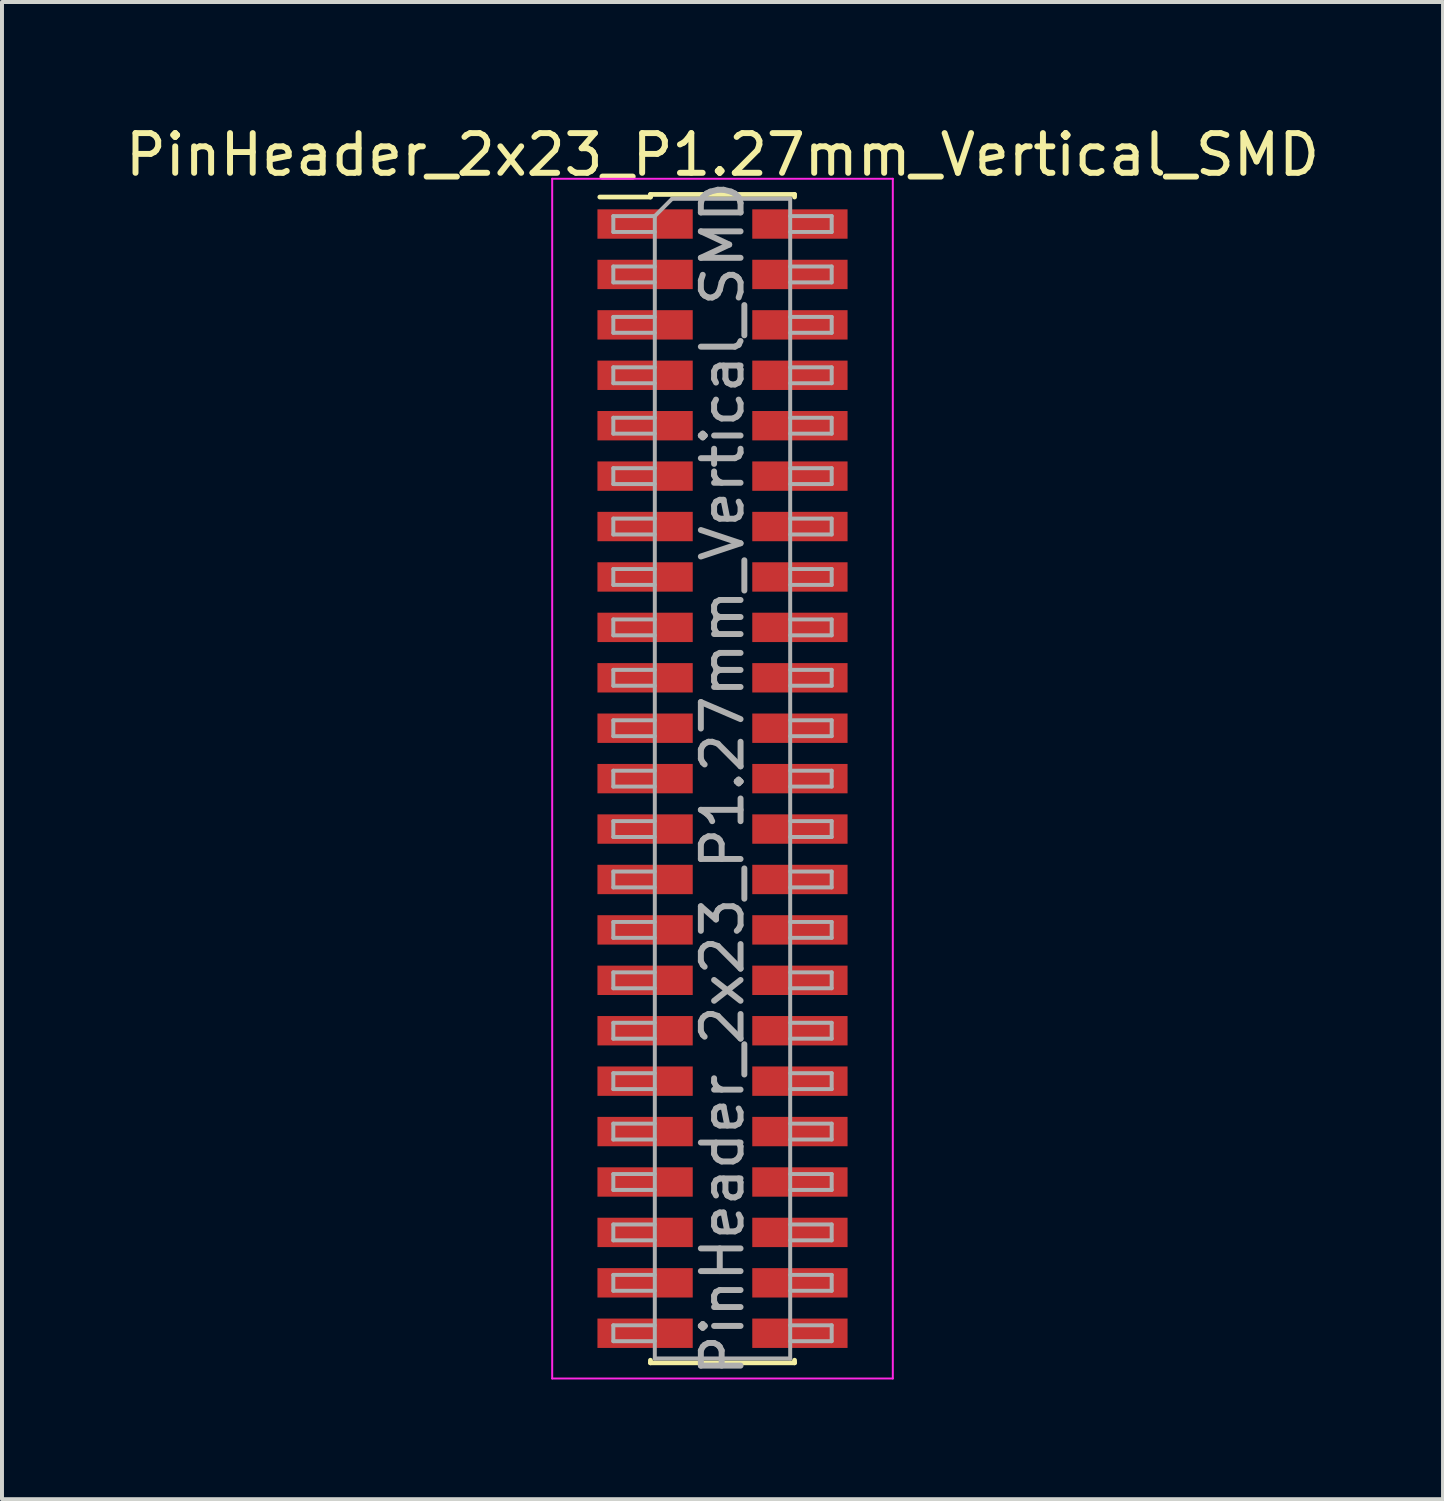
<source format=kicad_pcb>
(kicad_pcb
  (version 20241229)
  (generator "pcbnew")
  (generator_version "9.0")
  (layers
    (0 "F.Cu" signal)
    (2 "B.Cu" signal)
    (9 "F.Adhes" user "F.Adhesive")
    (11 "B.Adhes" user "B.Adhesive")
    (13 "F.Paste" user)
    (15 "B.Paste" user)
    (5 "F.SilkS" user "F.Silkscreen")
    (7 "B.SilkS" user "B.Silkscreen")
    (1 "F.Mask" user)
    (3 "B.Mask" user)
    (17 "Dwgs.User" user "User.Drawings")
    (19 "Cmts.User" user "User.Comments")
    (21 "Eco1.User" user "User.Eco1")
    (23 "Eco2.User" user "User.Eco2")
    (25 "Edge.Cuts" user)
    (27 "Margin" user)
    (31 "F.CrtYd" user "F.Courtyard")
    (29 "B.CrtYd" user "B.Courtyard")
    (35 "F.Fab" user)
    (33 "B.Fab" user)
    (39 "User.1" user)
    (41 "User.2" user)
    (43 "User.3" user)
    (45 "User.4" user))
  (footprint "PinHeader_2x23_P1.27mm_Vertical_SMD"
    (layer "F.Cu")
    (at 15.149 16.563)
    (property "Reference" "PinHeader_2x23_P1.27mm_Vertical_SMD" (at 0 -15.715 0) (layer "F.SilkS") (effects (font (size 1 1) (thickness 0.15))))
    (attr smd)
    (fp_line (start -3.09 -14.65) (end -1.815 -14.65) (stroke (width 0.12) (type solid)) (layer "F.SilkS"))
    (fp_line (start -1.815 -14.715) (end -1.815 -14.65) (stroke (width 0.12) (type solid)) (layer "F.SilkS"))
    (fp_line (start -1.815 -14.715) (end 1.815 -14.715) (stroke (width 0.12) (type solid)) (layer "F.SilkS"))
    (fp_line (start -1.815 14.65) (end -1.815 14.715) (stroke (width 0.12) (type solid)) (layer "F.SilkS"))
    (fp_line (start -1.815 14.715) (end 1.815 14.715) (stroke (width 0.12) (type solid)) (layer "F.SilkS"))
    (fp_line (start 1.815 -14.715) (end 1.815 -14.65) (stroke (width 0.12) (type solid)) (layer "F.SilkS"))
    (fp_line (start 1.815 14.65) (end 1.815 14.715) (stroke (width 0.12) (type solid)) (layer "F.SilkS"))
    (fp_line (start -4.29 -15.11) (end -4.29 15.11) (stroke (width 0.05) (type solid)) (layer "F.CrtYd"))
    (fp_line (start -4.29 15.11) (end 4.29 15.11) (stroke (width 0.05) (type solid)) (layer "F.CrtYd"))
    (fp_line (start 4.29 -15.11) (end -4.29 -15.11) (stroke (width 0.05) (type solid)) (layer "F.CrtYd"))
    (fp_line (start 4.29 15.11) (end 4.29 -15.11) (stroke (width 0.05) (type solid)) (layer "F.CrtYd"))
    (fp_line (start -2.75 -14.17) (end -2.75 -13.77) (stroke (width 0.1) (type solid)) (layer "F.Fab"))
    (fp_line (start -2.75 -13.77) (end -1.705 -13.77) (stroke (width 0.1) (type solid)) (layer "F.Fab"))
    (fp_line (start -2.75 -12.9) (end -2.75 -12.5) (stroke (width 0.1) (type solid)) (layer "F.Fab"))
    (fp_line (start -2.75 -12.5) (end -1.705 -12.5) (stroke (width 0.1) (type solid)) (layer "F.Fab"))
    (fp_line (start -2.75 -11.63) (end -2.75 -11.23) (stroke (width 0.1) (type solid)) (layer "F.Fab"))
    (fp_line (start -2.75 -11.23) (end -1.705 -11.23) (stroke (width 0.1) (type solid)) (layer "F.Fab"))
    (fp_line (start -2.75 -10.36) (end -2.75 -9.96) (stroke (width 0.1) (type solid)) (layer "F.Fab"))
    (fp_line (start -2.75 -9.96) (end -1.705 -9.96) (stroke (width 0.1) (type solid)) (layer "F.Fab"))
    (fp_line (start -2.75 -9.09) (end -2.75 -8.69) (stroke (width 0.1) (type solid)) (layer "F.Fab"))
    (fp_line (start -2.75 -8.69) (end -1.705 -8.69) (stroke (width 0.1) (type solid)) (layer "F.Fab"))
    (fp_line (start -2.75 -7.82) (end -2.75 -7.42) (stroke (width 0.1) (type solid)) (layer "F.Fab"))
    (fp_line (start -2.75 -7.42) (end -1.705 -7.42) (stroke (width 0.1) (type solid)) (layer "F.Fab"))
    (fp_line (start -2.75 -6.55) (end -2.75 -6.15) (stroke (width 0.1) (type solid)) (layer "F.Fab"))
    (fp_line (start -2.75 -6.15) (end -1.705 -6.15) (stroke (width 0.1) (type solid)) (layer "F.Fab"))
    (fp_line (start -2.75 -5.28) (end -2.75 -4.88) (stroke (width 0.1) (type solid)) (layer "F.Fab"))
    (fp_line (start -2.75 -4.88) (end -1.705 -4.88) (stroke (width 0.1) (type solid)) (layer "F.Fab"))
    (fp_line (start -2.75 -4.01) (end -2.75 -3.61) (stroke (width 0.1) (type solid)) (layer "F.Fab"))
    (fp_line (start -2.75 -3.61) (end -1.705 -3.61) (stroke (width 0.1) (type solid)) (layer "F.Fab"))
    (fp_line (start -2.75 -2.74) (end -2.75 -2.34) (stroke (width 0.1) (type solid)) (layer "F.Fab"))
    (fp_line (start -2.75 -2.34) (end -1.705 -2.34) (stroke (width 0.1) (type solid)) (layer "F.Fab"))
    (fp_line (start -2.75 -1.47) (end -2.75 -1.07) (stroke (width 0.1) (type solid)) (layer "F.Fab"))
    (fp_line (start -2.75 -1.07) (end -1.705 -1.07) (stroke (width 0.1) (type solid)) (layer "F.Fab"))
    (fp_line (start -2.75 -0.2) (end -2.75 0.2) (stroke (width 0.1) (type solid)) (layer "F.Fab"))
    (fp_line (start -2.75 0.2) (end -1.705 0.2) (stroke (width 0.1) (type solid)) (layer "F.Fab"))
    (fp_line (start -2.75 1.07) (end -2.75 1.47) (stroke (width 0.1) (type solid)) (layer "F.Fab"))
    (fp_line (start -2.75 1.47) (end -1.705 1.47) (stroke (width 0.1) (type solid)) (layer "F.Fab"))
    (fp_line (start -2.75 2.34) (end -2.75 2.74) (stroke (width 0.1) (type solid)) (layer "F.Fab"))
    (fp_line (start -2.75 2.74) (end -1.705 2.74) (stroke (width 0.1) (type solid)) (layer "F.Fab"))
    (fp_line (start -2.75 3.61) (end -2.75 4.01) (stroke (width 0.1) (type solid)) (layer "F.Fab"))
    (fp_line (start -2.75 4.01) (end -1.705 4.01) (stroke (width 0.1) (type solid)) (layer "F.Fab"))
    (fp_line (start -2.75 4.88) (end -2.75 5.28) (stroke (width 0.1) (type solid)) (layer "F.Fab"))
    (fp_line (start -2.75 5.28) (end -1.705 5.28) (stroke (width 0.1) (type solid)) (layer "F.Fab"))
    (fp_line (start -2.75 6.15) (end -2.75 6.55) (stroke (width 0.1) (type solid)) (layer "F.Fab"))
    (fp_line (start -2.75 6.55) (end -1.705 6.55) (stroke (width 0.1) (type solid)) (layer "F.Fab"))
    (fp_line (start -2.75 7.42) (end -2.75 7.82) (stroke (width 0.1) (type solid)) (layer "F.Fab"))
    (fp_line (start -2.75 7.82) (end -1.705 7.82) (stroke (width 0.1) (type solid)) (layer "F.Fab"))
    (fp_line (start -2.75 8.69) (end -2.75 9.09) (stroke (width 0.1) (type solid)) (layer "F.Fab"))
    (fp_line (start -2.75 9.09) (end -1.705 9.09) (stroke (width 0.1) (type solid)) (layer "F.Fab"))
    (fp_line (start -2.75 9.96) (end -2.75 10.36) (stroke (width 0.1) (type solid)) (layer "F.Fab"))
    (fp_line (start -2.75 10.36) (end -1.705 10.36) (stroke (width 0.1) (type solid)) (layer "F.Fab"))
    (fp_line (start -2.75 11.23) (end -2.75 11.63) (stroke (width 0.1) (type solid)) (layer "F.Fab"))
    (fp_line (start -2.75 11.63) (end -1.705 11.63) (stroke (width 0.1) (type solid)) (layer "F.Fab"))
    (fp_line (start -2.75 12.5) (end -2.75 12.9) (stroke (width 0.1) (type solid)) (layer "F.Fab"))
    (fp_line (start -2.75 12.9) (end -1.705 12.9) (stroke (width 0.1) (type solid)) (layer "F.Fab"))
    (fp_line (start -2.75 13.77) (end -2.75 14.17) (stroke (width 0.1) (type solid)) (layer "F.Fab"))
    (fp_line (start -2.75 14.17) (end -1.705 14.17) (stroke (width 0.1) (type solid)) (layer "F.Fab"))
    (fp_line (start -1.705 -14.17) (end -2.75 -14.17) (stroke (width 0.1) (type solid)) (layer "F.Fab"))
    (fp_line (start -1.705 -14.17) (end -1.27 -14.605) (stroke (width 0.1) (type solid)) (layer "F.Fab"))
    (fp_line (start -1.705 -12.9) (end -2.75 -12.9) (stroke (width 0.1) (type solid)) (layer "F.Fab"))
    (fp_line (start -1.705 -11.63) (end -2.75 -11.63) (stroke (width 0.1) (type solid)) (layer "F.Fab"))
    (fp_line (start -1.705 -10.36) (end -2.75 -10.36) (stroke (width 0.1) (type solid)) (layer "F.Fab"))
    (fp_line (start -1.705 -9.09) (end -2.75 -9.09) (stroke (width 0.1) (type solid)) (layer "F.Fab"))
    (fp_line (start -1.705 -7.82) (end -2.75 -7.82) (stroke (width 0.1) (type solid)) (layer "F.Fab"))
    (fp_line (start -1.705 -6.55) (end -2.75 -6.55) (stroke (width 0.1) (type solid)) (layer "F.Fab"))
    (fp_line (start -1.705 -5.28) (end -2.75 -5.28) (stroke (width 0.1) (type solid)) (layer "F.Fab"))
    (fp_line (start -1.705 -4.01) (end -2.75 -4.01) (stroke (width 0.1) (type solid)) (layer "F.Fab"))
    (fp_line (start -1.705 -2.74) (end -2.75 -2.74) (stroke (width 0.1) (type solid)) (layer "F.Fab"))
    (fp_line (start -1.705 -1.47) (end -2.75 -1.47) (stroke (width 0.1) (type solid)) (layer "F.Fab"))
    (fp_line (start -1.705 -0.2) (end -2.75 -0.2) (stroke (width 0.1) (type solid)) (layer "F.Fab"))
    (fp_line (start -1.705 1.07) (end -2.75 1.07) (stroke (width 0.1) (type solid)) (layer "F.Fab"))
    (fp_line (start -1.705 2.34) (end -2.75 2.34) (stroke (width 0.1) (type solid)) (layer "F.Fab"))
    (fp_line (start -1.705 3.61) (end -2.75 3.61) (stroke (width 0.1) (type solid)) (layer "F.Fab"))
    (fp_line (start -1.705 4.88) (end -2.75 4.88) (stroke (width 0.1) (type solid)) (layer "F.Fab"))
    (fp_line (start -1.705 6.15) (end -2.75 6.15) (stroke (width 0.1) (type solid)) (layer "F.Fab"))
    (fp_line (start -1.705 7.42) (end -2.75 7.42) (stroke (width 0.1) (type solid)) (layer "F.Fab"))
    (fp_line (start -1.705 8.69) (end -2.75 8.69) (stroke (width 0.1) (type solid)) (layer "F.Fab"))
    (fp_line (start -1.705 9.96) (end -2.75 9.96) (stroke (width 0.1) (type solid)) (layer "F.Fab"))
    (fp_line (start -1.705 11.23) (end -2.75 11.23) (stroke (width 0.1) (type solid)) (layer "F.Fab"))
    (fp_line (start -1.705 12.5) (end -2.75 12.5) (stroke (width 0.1) (type solid)) (layer "F.Fab"))
    (fp_line (start -1.705 13.77) (end -2.75 13.77) (stroke (width 0.1) (type solid)) (layer "F.Fab"))
    (fp_line (start -1.705 14.605) (end -1.705 -14.17) (stroke (width 0.1) (type solid)) (layer "F.Fab"))
    (fp_line (start -1.27 -14.605) (end 1.705 -14.605) (stroke (width 0.1) (type solid)) (layer "F.Fab"))
    (fp_line (start 1.705 -14.605) (end 1.705 14.605) (stroke (width 0.1) (type solid)) (layer "F.Fab"))
    (fp_line (start 1.705 -14.17) (end 2.75 -14.17) (stroke (width 0.1) (type solid)) (layer "F.Fab"))
    (fp_line (start 1.705 -12.9) (end 2.75 -12.9) (stroke (width 0.1) (type solid)) (layer "F.Fab"))
    (fp_line (start 1.705 -11.63) (end 2.75 -11.63) (stroke (width 0.1) (type solid)) (layer "F.Fab"))
    (fp_line (start 1.705 -10.36) (end 2.75 -10.36) (stroke (width 0.1) (type solid)) (layer "F.Fab"))
    (fp_line (start 1.705 -9.09) (end 2.75 -9.09) (stroke (width 0.1) (type solid)) (layer "F.Fab"))
    (fp_line (start 1.705 -7.82) (end 2.75 -7.82) (stroke (width 0.1) (type solid)) (layer "F.Fab"))
    (fp_line (start 1.705 -6.55) (end 2.75 -6.55) (stroke (width 0.1) (type solid)) (layer "F.Fab"))
    (fp_line (start 1.705 -5.28) (end 2.75 -5.28) (stroke (width 0.1) (type solid)) (layer "F.Fab"))
    (fp_line (start 1.705 -4.01) (end 2.75 -4.01) (stroke (width 0.1) (type solid)) (layer "F.Fab"))
    (fp_line (start 1.705 -2.74) (end 2.75 -2.74) (stroke (width 0.1) (type solid)) (layer "F.Fab"))
    (fp_line (start 1.705 -1.47) (end 2.75 -1.47) (stroke (width 0.1) (type solid)) (layer "F.Fab"))
    (fp_line (start 1.705 -0.2) (end 2.75 -0.2) (stroke (width 0.1) (type solid)) (layer "F.Fab"))
    (fp_line (start 1.705 1.07) (end 2.75 1.07) (stroke (width 0.1) (type solid)) (layer "F.Fab"))
    (fp_line (start 1.705 2.34) (end 2.75 2.34) (stroke (width 0.1) (type solid)) (layer "F.Fab"))
    (fp_line (start 1.705 3.61) (end 2.75 3.61) (stroke (width 0.1) (type solid)) (layer "F.Fab"))
    (fp_line (start 1.705 4.88) (end 2.75 4.88) (stroke (width 0.1) (type solid)) (layer "F.Fab"))
    (fp_line (start 1.705 6.15) (end 2.75 6.15) (stroke (width 0.1) (type solid)) (layer "F.Fab"))
    (fp_line (start 1.705 7.42) (end 2.75 7.42) (stroke (width 0.1) (type solid)) (layer "F.Fab"))
    (fp_line (start 1.705 8.69) (end 2.75 8.69) (stroke (width 0.1) (type solid)) (layer "F.Fab"))
    (fp_line (start 1.705 9.96) (end 2.75 9.96) (stroke (width 0.1) (type solid)) (layer "F.Fab"))
    (fp_line (start 1.705 11.23) (end 2.75 11.23) (stroke (width 0.1) (type solid)) (layer "F.Fab"))
    (fp_line (start 1.705 12.5) (end 2.75 12.5) (stroke (width 0.1) (type solid)) (layer "F.Fab"))
    (fp_line (start 1.705 13.77) (end 2.75 13.77) (stroke (width 0.1) (type solid)) (layer "F.Fab"))
    (fp_line (start 1.705 14.605) (end -1.705 14.605) (stroke (width 0.1) (type solid)) (layer "F.Fab"))
    (fp_line (start 2.75 -14.17) (end 2.75 -13.77) (stroke (width 0.1) (type solid)) (layer "F.Fab"))
    (fp_line (start 2.75 -13.77) (end 1.705 -13.77) (stroke (width 0.1) (type solid)) (layer "F.Fab"))
    (fp_line (start 2.75 -12.9) (end 2.75 -12.5) (stroke (width 0.1) (type solid)) (layer "F.Fab"))
    (fp_line (start 2.75 -12.5) (end 1.705 -12.5) (stroke (width 0.1) (type solid)) (layer "F.Fab"))
    (fp_line (start 2.75 -11.63) (end 2.75 -11.23) (stroke (width 0.1) (type solid)) (layer "F.Fab"))
    (fp_line (start 2.75 -11.23) (end 1.705 -11.23) (stroke (width 0.1) (type solid)) (layer "F.Fab"))
    (fp_line (start 2.75 -10.36) (end 2.75 -9.96) (stroke (width 0.1) (type solid)) (layer "F.Fab"))
    (fp_line (start 2.75 -9.96) (end 1.705 -9.96) (stroke (width 0.1) (type solid)) (layer "F.Fab"))
    (fp_line (start 2.75 -9.09) (end 2.75 -8.69) (stroke (width 0.1) (type solid)) (layer "F.Fab"))
    (fp_line (start 2.75 -8.69) (end 1.705 -8.69) (stroke (width 0.1) (type solid)) (layer "F.Fab"))
    (fp_line (start 2.75 -7.82) (end 2.75 -7.42) (stroke (width 0.1) (type solid)) (layer "F.Fab"))
    (fp_line (start 2.75 -7.42) (end 1.705 -7.42) (stroke (width 0.1) (type solid)) (layer "F.Fab"))
    (fp_line (start 2.75 -6.55) (end 2.75 -6.15) (stroke (width 0.1) (type solid)) (layer "F.Fab"))
    (fp_line (start 2.75 -6.15) (end 1.705 -6.15) (stroke (width 0.1) (type solid)) (layer "F.Fab"))
    (fp_line (start 2.75 -5.28) (end 2.75 -4.88) (stroke (width 0.1) (type solid)) (layer "F.Fab"))
    (fp_line (start 2.75 -4.88) (end 1.705 -4.88) (stroke (width 0.1) (type solid)) (layer "F.Fab"))
    (fp_line (start 2.75 -4.01) (end 2.75 -3.61) (stroke (width 0.1) (type solid)) (layer "F.Fab"))
    (fp_line (start 2.75 -3.61) (end 1.705 -3.61) (stroke (width 0.1) (type solid)) (layer "F.Fab"))
    (fp_line (start 2.75 -2.74) (end 2.75 -2.34) (stroke (width 0.1) (type solid)) (layer "F.Fab"))
    (fp_line (start 2.75 -2.34) (end 1.705 -2.34) (stroke (width 0.1) (type solid)) (layer "F.Fab"))
    (fp_line (start 2.75 -1.47) (end 2.75 -1.07) (stroke (width 0.1) (type solid)) (layer "F.Fab"))
    (fp_line (start 2.75 -1.07) (end 1.705 -1.07) (stroke (width 0.1) (type solid)) (layer "F.Fab"))
    (fp_line (start 2.75 -0.2) (end 2.75 0.2) (stroke (width 0.1) (type solid)) (layer "F.Fab"))
    (fp_line (start 2.75 0.2) (end 1.705 0.2) (stroke (width 0.1) (type solid)) (layer "F.Fab"))
    (fp_line (start 2.75 1.07) (end 2.75 1.47) (stroke (width 0.1) (type solid)) (layer "F.Fab"))
    (fp_line (start 2.75 1.47) (end 1.705 1.47) (stroke (width 0.1) (type solid)) (layer "F.Fab"))
    (fp_line (start 2.75 2.34) (end 2.75 2.74) (stroke (width 0.1) (type solid)) (layer "F.Fab"))
    (fp_line (start 2.75 2.74) (end 1.705 2.74) (stroke (width 0.1) (type solid)) (layer "F.Fab"))
    (fp_line (start 2.75 3.61) (end 2.75 4.01) (stroke (width 0.1) (type solid)) (layer "F.Fab"))
    (fp_line (start 2.75 4.01) (end 1.705 4.01) (stroke (width 0.1) (type solid)) (layer "F.Fab"))
    (fp_line (start 2.75 4.88) (end 2.75 5.28) (stroke (width 0.1) (type solid)) (layer "F.Fab"))
    (fp_line (start 2.75 5.28) (end 1.705 5.28) (stroke (width 0.1) (type solid)) (layer "F.Fab"))
    (fp_line (start 2.75 6.15) (end 2.75 6.55) (stroke (width 0.1) (type solid)) (layer "F.Fab"))
    (fp_line (start 2.75 6.55) (end 1.705 6.55) (stroke (width 0.1) (type solid)) (layer "F.Fab"))
    (fp_line (start 2.75 7.42) (end 2.75 7.82) (stroke (width 0.1) (type solid)) (layer "F.Fab"))
    (fp_line (start 2.75 7.82) (end 1.705 7.82) (stroke (width 0.1) (type solid)) (layer "F.Fab"))
    (fp_line (start 2.75 8.69) (end 2.75 9.09) (stroke (width 0.1) (type solid)) (layer "F.Fab"))
    (fp_line (start 2.75 9.09) (end 1.705 9.09) (stroke (width 0.1) (type solid)) (layer "F.Fab"))
    (fp_line (start 2.75 9.96) (end 2.75 10.36) (stroke (width 0.1) (type solid)) (layer "F.Fab"))
    (fp_line (start 2.75 10.36) (end 1.705 10.36) (stroke (width 0.1) (type solid)) (layer "F.Fab"))
    (fp_line (start 2.75 11.23) (end 2.75 11.63) (stroke (width 0.1) (type solid)) (layer "F.Fab"))
    (fp_line (start 2.75 11.63) (end 1.705 11.63) (stroke (width 0.1) (type solid)) (layer "F.Fab"))
    (fp_line (start 2.75 12.5) (end 2.75 12.9) (stroke (width 0.1) (type solid)) (layer "F.Fab"))
    (fp_line (start 2.75 12.9) (end 1.705 12.9) (stroke (width 0.1) (type solid)) (layer "F.Fab"))
    (fp_line (start 2.75 13.77) (end 2.75 14.17) (stroke (width 0.1) (type solid)) (layer "F.Fab"))
    (fp_line (start 2.75 14.17) (end 1.705 14.17) (stroke (width 0.1) (type solid)) (layer "F.Fab"))
    (fp_text user "${REFERENCE}" (at 0 0 90) (layer "F.Fab") (effects (font (size 1 1) (thickness 0.15))))
    (pad "1" smd rect (at -1.95 -13.97) (size 2.4 0.74) (layers "F.Cu" "F.Mask" "F.Paste"))
    (pad "2" smd rect (at 1.95 -13.97) (size 2.4 0.74) (layers "F.Cu" "F.Mask" "F.Paste"))
    (pad "3" smd rect (at -1.95 -12.7) (size 2.4 0.74) (layers "F.Cu" "F.Mask" "F.Paste"))
    (pad "4" smd rect (at 1.95 -12.7) (size 2.4 0.74) (layers "F.Cu" "F.Mask" "F.Paste"))
    (pad "5" smd rect (at -1.95 -11.43) (size 2.4 0.74) (layers "F.Cu" "F.Mask" "F.Paste"))
    (pad "6" smd rect (at 1.95 -11.43) (size 2.4 0.74) (layers "F.Cu" "F.Mask" "F.Paste"))
    (pad "7" smd rect (at -1.95 -10.16) (size 2.4 0.74) (layers "F.Cu" "F.Mask" "F.Paste"))
    (pad "8" smd rect (at 1.95 -10.16) (size 2.4 0.74) (layers "F.Cu" "F.Mask" "F.Paste"))
    (pad "9" smd rect (at -1.95 -8.89) (size 2.4 0.74) (layers "F.Cu" "F.Mask" "F.Paste"))
    (pad "10" smd rect (at 1.95 -8.89) (size 2.4 0.74) (layers "F.Cu" "F.Mask" "F.Paste"))
    (pad "11" smd rect (at -1.95 -7.62) (size 2.4 0.74) (layers "F.Cu" "F.Mask" "F.Paste"))
    (pad "12" smd rect (at 1.95 -7.62) (size 2.4 0.74) (layers "F.Cu" "F.Mask" "F.Paste"))
    (pad "13" smd rect (at -1.95 -6.35) (size 2.4 0.74) (layers "F.Cu" "F.Mask" "F.Paste"))
    (pad "14" smd rect (at 1.95 -6.35) (size 2.4 0.74) (layers "F.Cu" "F.Mask" "F.Paste"))
    (pad "15" smd rect (at -1.95 -5.08) (size 2.4 0.74) (layers "F.Cu" "F.Mask" "F.Paste"))
    (pad "16" smd rect (at 1.95 -5.08) (size 2.4 0.74) (layers "F.Cu" "F.Mask" "F.Paste"))
    (pad "17" smd rect (at -1.95 -3.81) (size 2.4 0.74) (layers "F.Cu" "F.Mask" "F.Paste"))
    (pad "18" smd rect (at 1.95 -3.81) (size 2.4 0.74) (layers "F.Cu" "F.Mask" "F.Paste"))
    (pad "19" smd rect (at -1.95 -2.54) (size 2.4 0.74) (layers "F.Cu" "F.Mask" "F.Paste"))
    (pad "20" smd rect (at 1.95 -2.54) (size 2.4 0.74) (layers "F.Cu" "F.Mask" "F.Paste"))
    (pad "21" smd rect (at -1.95 -1.27) (size 2.4 0.74) (layers "F.Cu" "F.Mask" "F.Paste"))
    (pad "22" smd rect (at 1.95 -1.27) (size 2.4 0.74) (layers "F.Cu" "F.Mask" "F.Paste"))
    (pad "23" smd rect (at -1.95 0) (size 2.4 0.74) (layers "F.Cu" "F.Mask" "F.Paste"))
    (pad "24" smd rect (at 1.95 0) (size 2.4 0.74) (layers "F.Cu" "F.Mask" "F.Paste"))
    (pad "25" smd rect (at -1.95 1.27) (size 2.4 0.74) (layers "F.Cu" "F.Mask" "F.Paste"))
    (pad "26" smd rect (at 1.95 1.27) (size 2.4 0.74) (layers "F.Cu" "F.Mask" "F.Paste"))
    (pad "27" smd rect (at -1.95 2.54) (size 2.4 0.74) (layers "F.Cu" "F.Mask" "F.Paste"))
    (pad "28" smd rect (at 1.95 2.54) (size 2.4 0.74) (layers "F.Cu" "F.Mask" "F.Paste"))
    (pad "29" smd rect (at -1.95 3.81) (size 2.4 0.74) (layers "F.Cu" "F.Mask" "F.Paste"))
    (pad "30" smd rect (at 1.95 3.81) (size 2.4 0.74) (layers "F.Cu" "F.Mask" "F.Paste"))
    (pad "31" smd rect (at -1.95 5.08) (size 2.4 0.74) (layers "F.Cu" "F.Mask" "F.Paste"))
    (pad "32" smd rect (at 1.95 5.08) (size 2.4 0.74) (layers "F.Cu" "F.Mask" "F.Paste"))
    (pad "33" smd rect (at -1.95 6.35) (size 2.4 0.74) (layers "F.Cu" "F.Mask" "F.Paste"))
    (pad "34" smd rect (at 1.95 6.35) (size 2.4 0.74) (layers "F.Cu" "F.Mask" "F.Paste"))
    (pad "35" smd rect (at -1.95 7.62) (size 2.4 0.74) (layers "F.Cu" "F.Mask" "F.Paste"))
    (pad "36" smd rect (at 1.95 7.62) (size 2.4 0.74) (layers "F.Cu" "F.Mask" "F.Paste"))
    (pad "37" smd rect (at -1.95 8.89) (size 2.4 0.74) (layers "F.Cu" "F.Mask" "F.Paste"))
    (pad "38" smd rect (at 1.95 8.89) (size 2.4 0.74) (layers "F.Cu" "F.Mask" "F.Paste"))
    (pad "39" smd rect (at -1.95 10.16) (size 2.4 0.74) (layers "F.Cu" "F.Mask" "F.Paste"))
    (pad "40" smd rect (at 1.95 10.16) (size 2.4 0.74) (layers "F.Cu" "F.Mask" "F.Paste"))
    (pad "41" smd rect (at -1.95 11.43) (size 2.4 0.74) (layers "F.Cu" "F.Mask" "F.Paste"))
    (pad "42" smd rect (at 1.95 11.43) (size 2.4 0.74) (layers "F.Cu" "F.Mask" "F.Paste"))
    (pad "43" smd rect (at -1.95 12.7) (size 2.4 0.74) (layers "F.Cu" "F.Mask" "F.Paste"))
    (pad "44" smd rect (at 1.95 12.7) (size 2.4 0.74) (layers "F.Cu" "F.Mask" "F.Paste"))
    (pad "45" smd rect (at -1.95 13.97) (size 2.4 0.74) (layers "F.Cu" "F.Mask" "F.Paste"))
    (pad "46" smd rect (at 1.95 13.97) (size 2.4 0.74) (layers "F.Cu" "F.Mask" "F.Paste")))
  (gr_rect
    (start -3 -3)
    (end 33.298 34.712)
    (stroke (width 0.1) (type default))
    (fill no)
    (layer "Edge.Cuts")))
</source>
